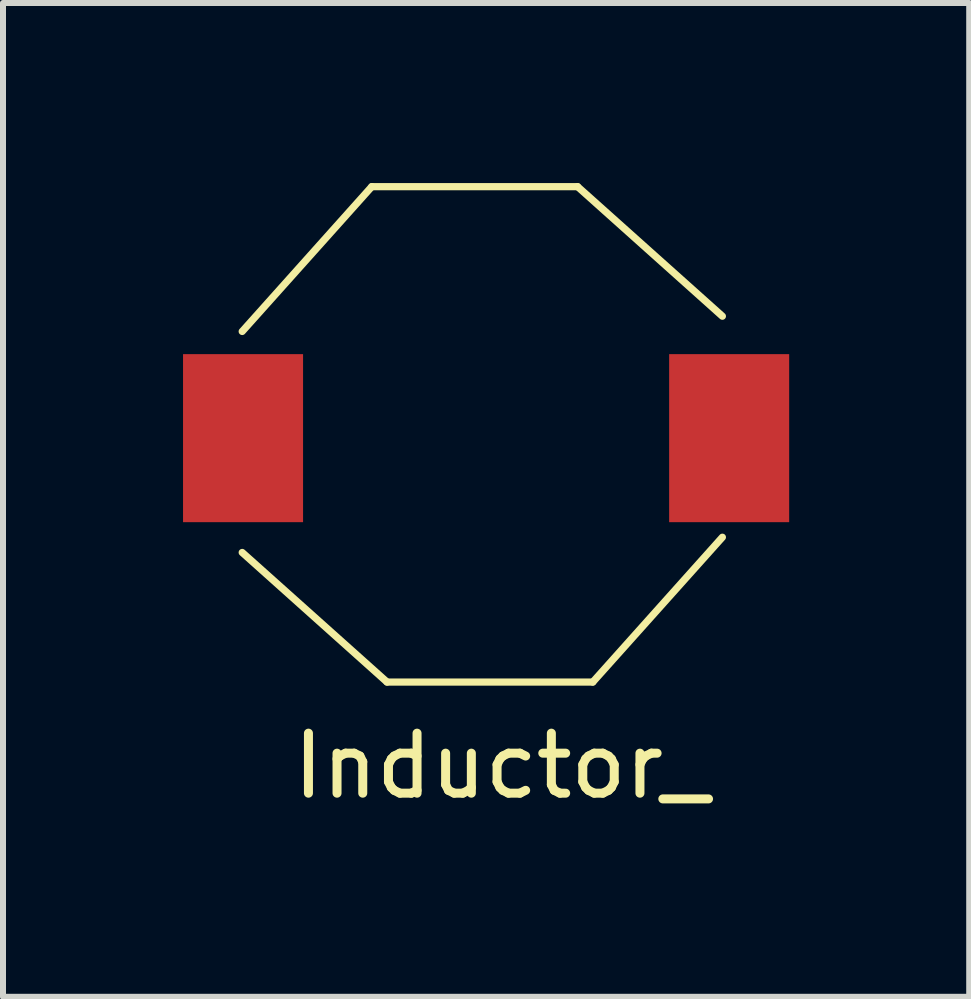
<source format=kicad_pcb>
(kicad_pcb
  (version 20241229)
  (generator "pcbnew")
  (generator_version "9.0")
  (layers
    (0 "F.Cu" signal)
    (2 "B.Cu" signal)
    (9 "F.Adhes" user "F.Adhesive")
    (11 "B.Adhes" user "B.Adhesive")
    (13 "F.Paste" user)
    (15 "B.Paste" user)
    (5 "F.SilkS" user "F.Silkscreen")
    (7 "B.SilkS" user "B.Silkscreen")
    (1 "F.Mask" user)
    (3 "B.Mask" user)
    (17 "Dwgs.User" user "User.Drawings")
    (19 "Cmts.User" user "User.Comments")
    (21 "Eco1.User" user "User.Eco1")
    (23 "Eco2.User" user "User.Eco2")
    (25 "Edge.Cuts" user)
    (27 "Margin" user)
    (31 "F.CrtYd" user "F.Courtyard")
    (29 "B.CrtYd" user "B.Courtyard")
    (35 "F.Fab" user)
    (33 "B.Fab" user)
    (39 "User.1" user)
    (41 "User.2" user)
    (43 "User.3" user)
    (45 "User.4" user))
  (footprint "Inductor_"
    (layer "F.Cu")
    (at 5.05 4.251)
    (property "Reference" "Inductor_" (at 0.254 5.461 0) (layer "F.SilkS") (effects (font (size 1 1) (thickness 0.15))))
    (attr through_hole)
    (fp_line (start -4.064 -1.778) (end -1.905 -4.191) (stroke (width 0.12) (type solid)) (layer "F.SilkS"))
    (fp_line (start -4.064 1.905) (end -1.651 4.064) (stroke (width 0.12) (type solid)) (layer "F.SilkS"))
    (fp_line (start -1.905 -4.191) (end 1.524 -4.191) (stroke (width 0.12) (type solid)) (layer "F.SilkS"))
    (fp_line (start 1.778 4.064) (end -1.651 4.064) (stroke (width 0.12) (type solid)) (layer "F.SilkS"))
    (fp_line (start 3.937 -2.032) (end 1.524 -4.191) (stroke (width 0.12) (type solid)) (layer "F.SilkS"))
    (fp_line (start 3.937 1.651) (end 1.778 4.064) (stroke (width 0.12) (type solid)) (layer "F.SilkS"))
    (pad "1" smd rect (at -4.05 0) (size 2 2.8) (layers "F.Cu" "F.Mask" "F.Paste"))
    (pad "2" smd rect (at 4.05 0) (size 2 2.8) (layers "F.Cu" "F.Mask" "F.Paste")))
  (gr_rect
    (start -3 -3)
    (end 13.1 13.56)
    (stroke (width 0.1) (type default))
    (fill no)
    (layer "Edge.Cuts")))
</source>
